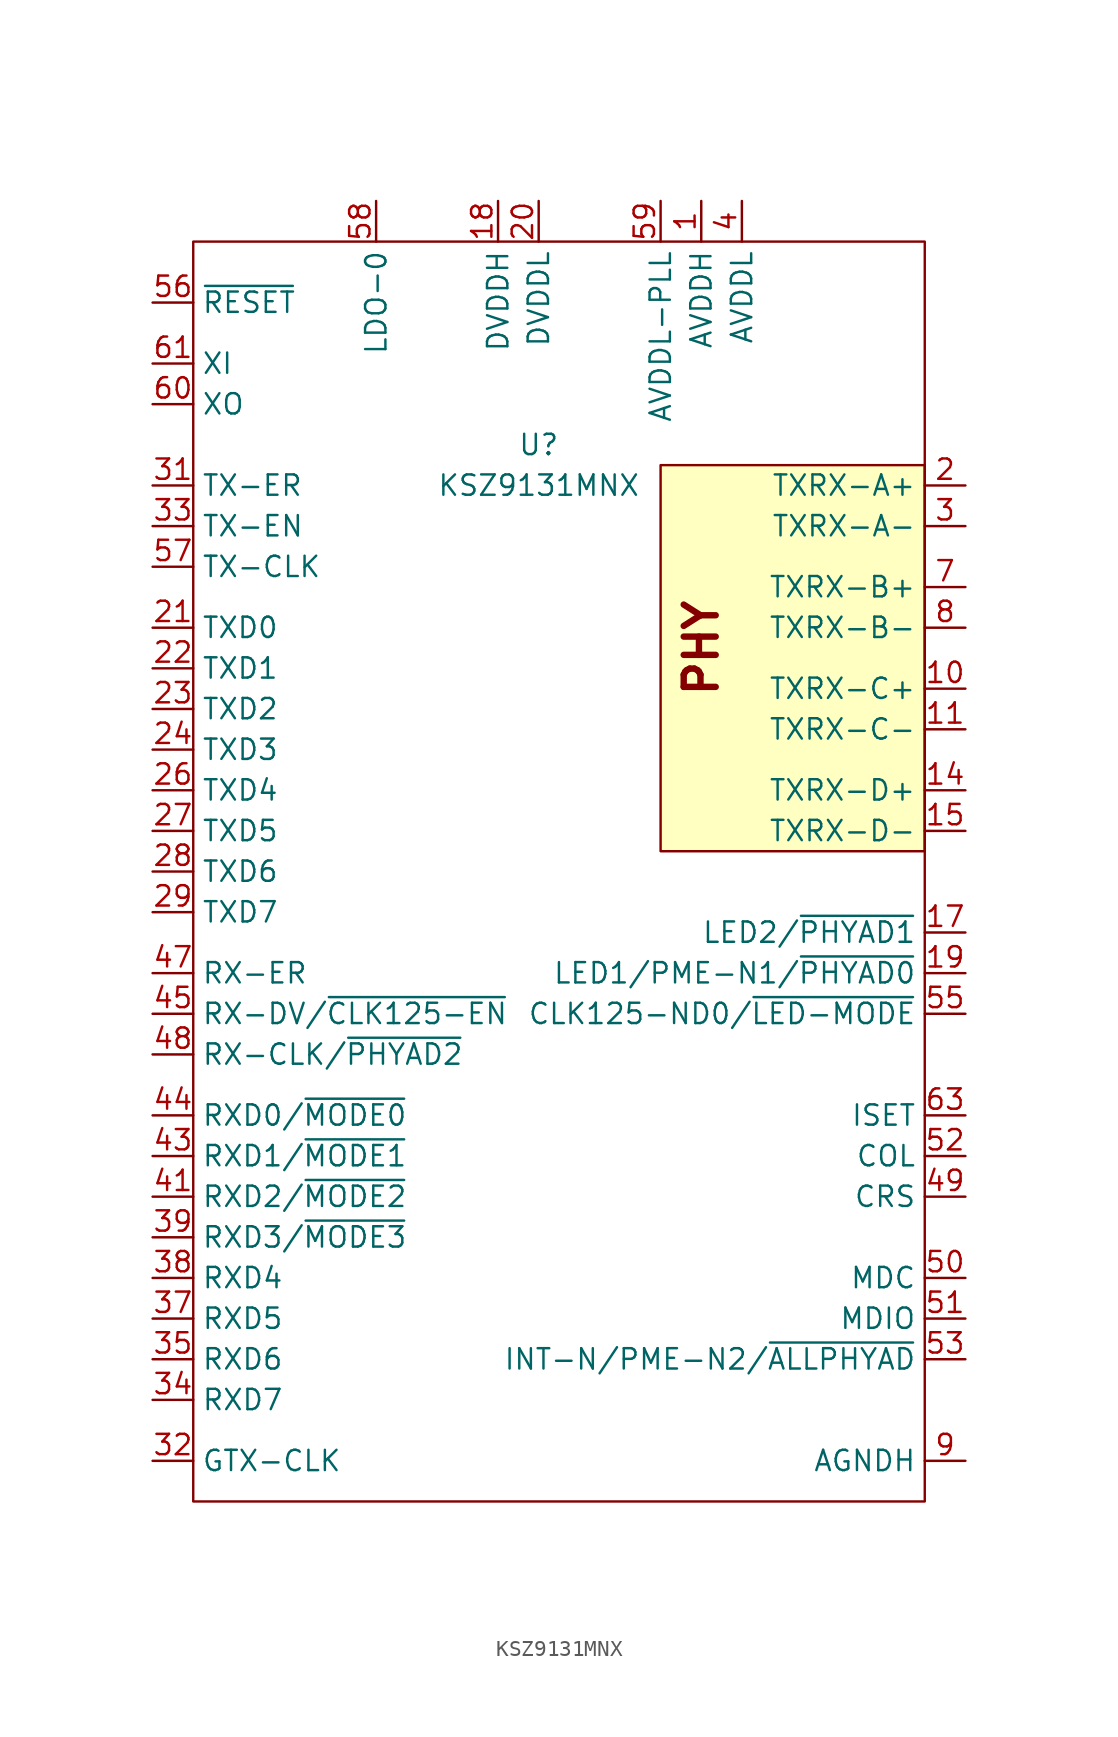
<source format=kicad_sym>
(kicad_symbol_lib
  (version 20231120)
  (generator "kicad_symbol_editor")
  (generator_version "8.0")
  (symbol "KSZ9131MNX"
    (property "Reference" "U"
      (at 21.59 -12.7 0)
      (effects (font (size 1.27 1.27))))
    (property "Value" "KSZ9131MNX"
      (at 21.59 -15.24 0)
      (effects (font (size 1.27 1.27))))
    (symbol "KSZ9131MNX_0_0"
      (text "PHY" (at 31.75 -25.4 900) (effects (font (size 2 2) (bold yes))))
      (pin unspecified line (at 31.75 2.54 270) (length 2.54) (name "AVDDH" (effects (font (size 1.27 1.27)))) (number "1" (effects (font (size 1.27 1.27)))))
      (pin unspecified line (at 48.26 -27.94 180) (length 2.54) (name "TXRX-C+" (effects (font (size 1.27 1.27)))) (number "10" (effects (font (size 1.27 1.27)))))
      (pin unspecified line (at 48.26 -30.48 180) (length 2.54) (name "TXRX-C-" (effects (font (size 1.27 1.27)))) (number "11" (effects (font (size 1.27 1.27)))))
      (pin unspecified line (at 34.29 2.54 270) (length 2.54) hide (name "AVDDL" (effects (font (size 1.27 1.27)))) (number "12" (effects (font (size 1.27 1.27)))))
      (pin unspecified line (at 34.29 2.54 270) (length 2.54) hide (name "AVDDL" (effects (font (size 1.27 1.27)))) (number "13" (effects (font (size 1.27 1.27)))))
      (pin unspecified line (at 48.26 -34.29 180) (length 2.54) (name "TXRX-D+" (effects (font (size 1.27 1.27)))) (number "14" (effects (font (size 1.27 1.27)))))
      (pin unspecified line (at 48.26 -36.83 180) (length 2.54) (name "TXRX-D-" (effects (font (size 1.27 1.27)))) (number "15" (effects (font (size 1.27 1.27)))))
      (pin unspecified line (at 31.75 2.54 270) (length 2.54) hide (name "AVDDH" (effects (font (size 1.27 1.27)))) (number "16" (effects (font (size 1.27 1.27)))))
      (pin unspecified line (at 48.26 -43.18 180) (length 2.54) (name "LED2/~{PHYAD1}" (effects (font (size 1.27 1.27)))) (number "17" (effects (font (size 1.27 1.27)))) (alternate "LED2" unspecified line) (alternate "~{PHYAD1}" unspecified line))
      (pin unspecified line (at 19.05 2.54 270) (length 2.54) (name "DVDDH" (effects (font (size 1.27 1.27)))) (number "18" (effects (font (size 1.27 1.27)))))
      (pin unspecified line (at 48.26 -45.72 180) (length 2.54) (name "LED1/PME-N1/~{PHYAD0}" (effects (font (size 1.27 1.27)))) (number "19" (effects (font (size 1.27 1.27)))) (alternate "LED1" unspecified line) (alternate "PME-N1" unspecified line) (alternate "~{PHYAD0}" unspecified line))
      (pin unspecified line (at 48.26 -15.24 180) (length 2.54) (name "TXRX-A+" (effects (font (size 1.27 1.27)))) (number "2" (effects (font (size 1.27 1.27)))))
      (pin unspecified line (at 21.59 2.54 270) (length 2.54) (name "DVDDL" (effects (font (size 1.27 1.27)))) (number "20" (effects (font (size 1.27 1.27)))))
      (pin unspecified line (at -2.54 -24.13 0) (length 2.54) (name "TXD0" (effects (font (size 1.27 1.27)))) (number "21" (effects (font (size 1.27 1.27)))))
      (pin unspecified line (at -2.54 -26.67 0) (length 2.54) (name "TXD1" (effects (font (size 1.27 1.27)))) (number "22" (effects (font (size 1.27 1.27)))))
      (pin unspecified line (at -2.54 -29.21 0) (length 2.54) (name "TXD2" (effects (font (size 1.27 1.27)))) (number "23" (effects (font (size 1.27 1.27)))))
      (pin unspecified line (at -2.54 -31.75 0) (length 2.54) (name "TXD3" (effects (font (size 1.27 1.27)))) (number "24" (effects (font (size 1.27 1.27)))))
      (pin unspecified line (at 21.59 2.54 270) (length 2.54) hide (name "DVDDL" (effects (font (size 1.27 1.27)))) (number "25" (effects (font (size 1.27 1.27)))))
      (pin unspecified line (at -2.54 -34.29 0) (length 2.54) (name "TXD4" (effects (font (size 1.27 1.27)))) (number "26" (effects (font (size 1.27 1.27)))))
      (pin unspecified line (at -2.54 -36.83 0) (length 2.54) (name "TXD5" (effects (font (size 1.27 1.27)))) (number "27" (effects (font (size 1.27 1.27)))))
      (pin unspecified line (at -2.54 -39.37 0) (length 2.54) (name "TXD6" (effects (font (size 1.27 1.27)))) (number "28" (effects (font (size 1.27 1.27)))))
      (pin unspecified line (at -2.54 -41.91 0) (length 2.54) (name "TXD7" (effects (font (size 1.27 1.27)))) (number "29" (effects (font (size 1.27 1.27)))))
      (pin unspecified line (at 48.26 -17.78 180) (length 2.54) (name "TXRX-A-" (effects (font (size 1.27 1.27)))) (number "3" (effects (font (size 1.27 1.27)))))
      (pin unspecified line (at 19.05 2.54 270) (length 2.54) hide (name "DVDDH" (effects (font (size 1.27 1.27)))) (number "30" (effects (font (size 1.27 1.27)))))
      (pin unspecified line (at -2.54 -15.24 0) (length 2.54) (name "TX-ER" (effects (font (size 1.27 1.27)))) (number "31" (effects (font (size 1.27 1.27)))))
      (pin unspecified line (at -2.54 -76.2 0) (length 2.54) (name "GTX-CLK" (effects (font (size 1.27 1.27)))) (number "32" (effects (font (size 1.27 1.27)))))
      (pin unspecified line (at -2.54 -17.78 0) (length 2.54) (name "TX-EN" (effects (font (size 1.27 1.27)))) (number "33" (effects (font (size 1.27 1.27)))))
      (pin unspecified line (at -2.54 -72.39 0) (length 2.54) (name "RXD7" (effects (font (size 1.27 1.27)))) (number "34" (effects (font (size 1.27 1.27)))))
      (pin unspecified line (at -2.54 -69.85 0) (length 2.54) (name "RXD6" (effects (font (size 1.27 1.27)))) (number "35" (effects (font (size 1.27 1.27)))))
      (pin unspecified line (at 21.59 2.54 270) (length 2.54) hide (name "DVDDL" (effects (font (size 1.27 1.27)))) (number "36" (effects (font (size 1.27 1.27)))))
      (pin unspecified line (at -2.54 -67.31 0) (length 2.54) (name "RXD5" (effects (font (size 1.27 1.27)))) (number "37" (effects (font (size 1.27 1.27)))))
      (pin unspecified line (at -2.54 -64.77 0) (length 2.54) (name "RXD4" (effects (font (size 1.27 1.27)))) (number "38" (effects (font (size 1.27 1.27)))))
      (pin unspecified line (at -2.54 -62.23 0) (length 2.54) (name "RXD3/~{MODE3}" (effects (font (size 1.27 1.27)))) (number "39" (effects (font (size 1.27 1.27)))) (alternate "RXD3" unspecified line) (alternate "~{MODE3}" unspecified line))
      (pin unspecified line (at 34.29 2.54 270) (length 2.54) (name "AVDDL" (effects (font (size 1.27 1.27)))) (number "4" (effects (font (size 1.27 1.27)))))
      (pin unspecified line (at 19.05 2.54 270) (length 2.54) hide (name "DVDDH" (effects (font (size 1.27 1.27)))) (number "40" (effects (font (size 1.27 1.27)))))
      (pin unspecified line (at -2.54 -59.69 0) (length 2.54) (name "RXD2/~{MODE2}" (effects (font (size 1.27 1.27)))) (number "41" (effects (font (size 1.27 1.27)))) (alternate "RXD2" unspecified line) (alternate "~{MODE2}" unspecified line))
      (pin unspecified line (at 21.59 2.54 270) (length 2.54) hide (name "DVDDL" (effects (font (size 1.27 1.27)))) (number "42" (effects (font (size 1.27 1.27)))))
      (pin unspecified line (at -2.54 -57.15 0) (length 2.54) (name "RXD1/~{MODE1}" (effects (font (size 1.27 1.27)))) (number "43" (effects (font (size 1.27 1.27)))) (alternate "RXD1" unspecified line) (alternate "~{MODE1}" unspecified line))
      (pin unspecified line (at -2.54 -54.61 0) (length 2.54) (name "RXD0/~{MODE0}" (effects (font (size 1.27 1.27)))) (number "44" (effects (font (size 1.27 1.27)))) (alternate "RXD0" unspecified line) (alternate "~{MODE0}" unspecified line))
      (pin unspecified line (at -2.54 -48.26 0) (length 2.54) (name "RX-DV/~{CLK125-EN}" (effects (font (size 1.27 1.27)))) (number "45" (effects (font (size 1.27 1.27)))) (alternate "RX-DV" unspecified line) (alternate "~{CLK125-EN}" unspecified line))
      (pin unspecified line (at 19.05 2.54 270) (length 2.54) hide (name "DVDDH" (effects (font (size 1.27 1.27)))) (number "46" (effects (font (size 1.27 1.27)))))
      (pin unspecified line (at -2.54 -45.72 0) (length 2.54) (name "RX-ER" (effects (font (size 1.27 1.27)))) (number "47" (effects (font (size 1.27 1.27)))))
      (pin unspecified line (at -2.54 -50.8 0) (length 2.54) (name "RX-CLK/~{PHYAD2}" (effects (font (size 1.27 1.27)))) (number "48" (effects (font (size 1.27 1.27)))) (alternate "RX-CLK" unspecified line) (alternate "~{PHYAD2}" unspecified line))
      (pin unspecified line (at 48.26 -59.69 180) (length 2.54) (name "CRS" (effects (font (size 1.27 1.27)))) (number "49" (effects (font (size 1.27 1.27)))))
      (pin unspecified line (at 34.29 2.54 270) (length 2.54) hide (name "AVDDL" (effects (font (size 1.27 1.27)))) (number "5" (effects (font (size 1.27 1.27)))))
      (pin unspecified line (at 48.26 -64.77 180) (length 2.54) (name "MDC" (effects (font (size 1.27 1.27)))) (number "50" (effects (font (size 1.27 1.27)))))
      (pin unspecified line (at 48.26 -67.31 180) (length 2.54) (name "MDIO" (effects (font (size 1.27 1.27)))) (number "51" (effects (font (size 1.27 1.27)))))
      (pin unspecified line (at 48.26 -57.15 180) (length 2.54) (name "COL" (effects (font (size 1.27 1.27)))) (number "52" (effects (font (size 1.27 1.27)))))
      (pin unspecified line (at 48.26 -69.85 180) (length 2.54) (name "INT-N/PME-N2/~{ALLPHYAD}" (effects (font (size 1.27 1.27)))) (number "53" (effects (font (size 1.27 1.27)))) (alternate "INT-N" unspecified line) (alternate "PME-N2" unspecified line) (alternate "~{ALLPHYAD}" unspecified line))
      (pin unspecified line (at 21.59 2.54 270) (length 2.54) hide (name "DVDDL" (effects (font (size 1.27 1.27)))) (number "54" (effects (font (size 1.27 1.27)))))
      (pin unspecified line (at 48.26 -48.26 180) (length 2.54) (name "CLK125-ND0/~{LED-MODE}" (effects (font (size 1.27 1.27)))) (number "55" (effects (font (size 1.27 1.27)))) (alternate "CLK125-ND0" unspecified line) (alternate "~{LED-MODE}" unspecified line))
      (pin unspecified line (at -2.54 -3.81 0) (length 2.54) (name "~{RESET}" (effects (font (size 1.27 1.27)))) (number "56" (effects (font (size 1.27 1.27)))))
      (pin unspecified line (at -2.54 -20.32 0) (length 2.54) (name "TX-CLK" (effects (font (size 1.27 1.27)))) (number "57" (effects (font (size 1.27 1.27)))))
      (pin unspecified line (at 11.43 2.54 270) (length 2.54) (name "LDO-0" (effects (font (size 1.27 1.27)))) (number "58" (effects (font (size 1.27 1.27)))))
      (pin unspecified line (at 29.21 2.54 270) (length 2.54) (name "AVDDL-PLL" (effects (font (size 1.27 1.27)))) (number "59" (effects (font (size 1.27 1.27)))))
      (pin unspecified line (at 9.525 -29.845 90) (length 2.54) hide (name "NC" (effects (font (size 1.27 1.27)))) (number "6" (effects (font (size 1.27 1.27)))))
      (pin unspecified line (at -2.54 -10.16 0) (length 2.54) (name "XO" (effects (font (size 1.27 1.27)))) (number "60" (effects (font (size 1.27 1.27)))))
      (pin unspecified line (at -2.54 -7.62 0) (length 2.54) (name "XI" (effects (font (size 1.27 1.27)))) (number "61" (effects (font (size 1.27 1.27)))))
      (pin unspecified line (at 9.525 -29.845 90) (length 2.54) hide (name "NC" (effects (font (size 1.27 1.27)))) (number "62" (effects (font (size 1.27 1.27)))))
      (pin unspecified line (at 48.26 -54.61 180) (length 2.54) (name "ISET" (effects (font (size 1.27 1.27)))) (number "63" (effects (font (size 1.27 1.27)))))
      (pin unspecified line (at 48.26 -76.2 180) (length 2.54) hide (name "AGNDH" (effects (font (size 1.27 1.27)))) (number "64" (effects (font (size 1.27 1.27)))))
      (pin unspecified line (at 48.26 -76.2 180) (length 2.54) hide (name "AGNDH" (effects (font (size 1.27 1.27)))) (number "65" (effects (font (size 1.27 1.27)))))
      (pin unspecified line (at 48.26 -21.59 180) (length 2.54) (name "TXRX-B+" (effects (font (size 1.27 1.27)))) (number "7" (effects (font (size 1.27 1.27)))))
      (pin unspecified line (at 48.26 -24.13 180) (length 2.54) (name "TXRX-B-" (effects (font (size 1.27 1.27)))) (number "8" (effects (font (size 1.27 1.27)))))
      (pin unspecified line (at 48.26 -76.2 180) (length 2.54) (name "AGNDH" (effects (font (size 1.27 1.27)))) (number "9" (effects (font (size 1.27 1.27))))))
    (symbol "KSZ9131MNX_0_1"
      (rectangle (start 0 0) (end 45.72 -78.74) (stroke (width 0.15) (type default)) (fill (type none)))
      (rectangle (start 45.72 -13.97) (end 29.21 -38.1) (stroke (width 0) (type default)) (fill (type background))))))
</source>
